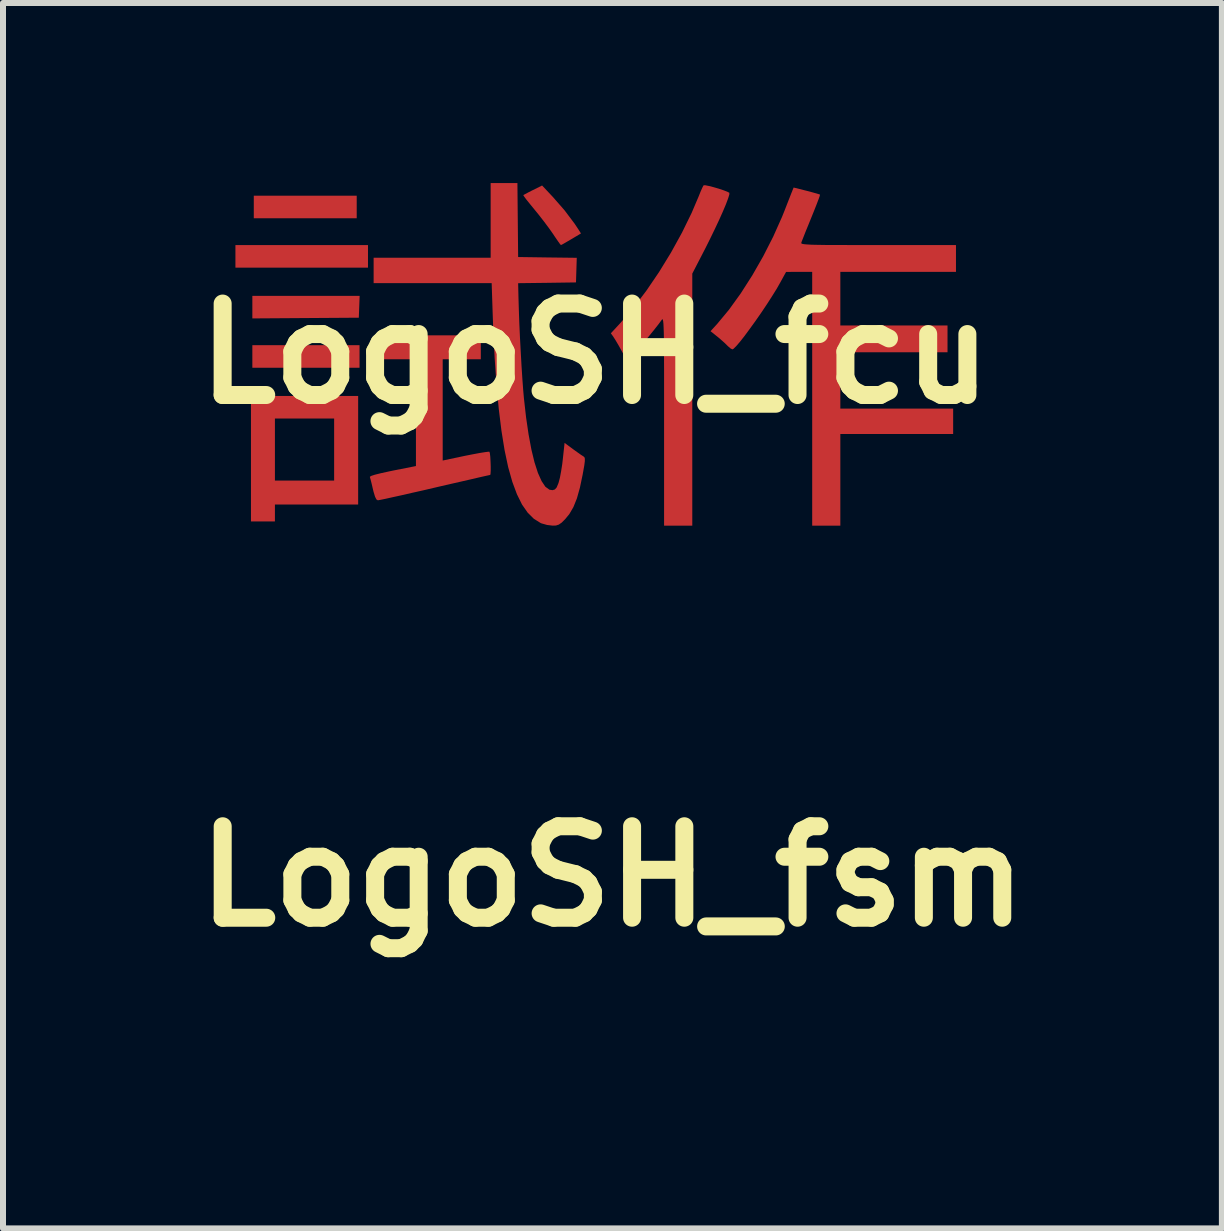
<source format=kicad_pcb>
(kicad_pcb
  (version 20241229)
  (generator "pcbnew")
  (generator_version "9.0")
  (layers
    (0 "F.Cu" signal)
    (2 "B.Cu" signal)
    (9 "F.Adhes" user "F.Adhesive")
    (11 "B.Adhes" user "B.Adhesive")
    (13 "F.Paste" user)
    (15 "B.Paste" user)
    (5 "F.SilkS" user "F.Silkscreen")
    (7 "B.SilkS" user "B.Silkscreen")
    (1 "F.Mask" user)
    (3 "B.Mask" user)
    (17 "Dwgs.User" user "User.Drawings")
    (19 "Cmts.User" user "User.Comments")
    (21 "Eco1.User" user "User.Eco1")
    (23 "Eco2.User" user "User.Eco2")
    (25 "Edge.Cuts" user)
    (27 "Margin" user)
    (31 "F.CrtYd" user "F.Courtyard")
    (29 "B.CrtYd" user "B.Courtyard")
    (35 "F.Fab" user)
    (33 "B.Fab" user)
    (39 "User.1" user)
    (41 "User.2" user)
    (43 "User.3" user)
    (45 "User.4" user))
  (footprint "LogoSH_fsm"
    (layer "F.Cu")
    (at 7.156 11.553)
    (property "Reference" "LogoSH_fsm" (at 0 0 0) (layer "F.SilkS") (effects (font (size 1.524 1.524) (thickness 0.3))))
    (attr board_only exclude_from_pos_files exclude_from_bom)
    (fp_poly (pts (xy -3.971 -2.256) (xy -5.686 -2.256) (xy -5.686 -2.632) (xy -3.971 -2.632)) (stroke (width 0) (type solid)) (fill yes) (layer "F.Mask"))
    (fp_poly (pts (xy -3.924 0.235) (xy -5.71 0.235) (xy -5.71 -0.141) (xy -3.924 -0.141)) (stroke (width 0) (type solid)) (fill yes) (layer "F.Mask"))
    (fp_poly (pts (xy -3.783 -1.433) (xy -5.992 -1.433) (xy -5.992 -1.809) (xy -3.783 -1.809)) (stroke (width 0) (type solid)) (fill yes) (layer "F.Mask"))
    (fp_poly (pts (xy -3.929 -0.781) (xy -3.936 -0.599) (xy -4.823 -0.593) (xy -5.71 -0.587) (xy -5.71 -0.963) (xy -3.922 -0.963)) (stroke (width 0) (type solid)) (fill yes) (layer "F.Mask"))
    (fp_poly (pts (xy -3.947 2.514) (xy -5.334 2.514) (xy -5.334 2.796) (xy -5.733 2.796) (xy -5.733 2.115) (xy -5.334 2.115) (xy -4.347 2.115) (xy -4.347 1.081) (xy -5.334 1.081) (xy -5.334 2.115) (xy -5.733 2.115) (xy -5.733 0.705) (xy -3.947 0.705)) (stroke (width 0) (type solid)) (fill yes) (layer "F.Mask"))
    (fp_poly (pts (xy -0.704 -2.613) (xy -0.508 -2.389) (xy -0.341 -2.167) (xy -0.281 -2.077) (xy -0.234 -2.003) (xy -0.397 -1.906) (xy -0.474 -1.861) (xy -0.533 -1.827) (xy -0.566 -1.81) (xy -0.568 -1.809) (xy -0.584 -1.827) (xy -0.619 -1.876) (xy -0.668 -1.947) (xy -0.697 -1.991) (xy -0.763 -2.085) (xy -0.848 -2.199) (xy -0.94 -2.317) (xy -1.011 -2.404) (xy -1.082 -2.491) (xy -1.141 -2.564) (xy -1.18 -2.616) (xy -1.195 -2.641) (xy -1.195 -2.642) (xy -1.171 -2.655) (xy -1.117 -2.684) (xy -1.043 -2.722) (xy -1.034 -2.726) (xy -0.882 -2.802)) (stroke (width 0) (type solid)) (fill yes) (layer "F.Mask"))
    (fp_poly (pts (xy -1.903 0.094) (xy -2.538 0.094) (xy -2.538 1.781) (xy -2.159 1.701) (xy -2.031 1.676) (xy -1.919 1.655) (xy -1.831 1.641) (xy -1.775 1.634) (xy -1.759 1.635) (xy -1.752 1.66) (xy -1.745 1.718) (xy -1.741 1.794) (xy -1.738 1.876) (xy -1.738 1.95) (xy -1.741 2.002) (xy -1.746 2.021) (xy -1.77 2.026) (xy -1.834 2.04) (xy -1.935 2.063) (xy -2.067 2.094) (xy -2.224 2.13) (xy -2.404 2.171) (xy -2.599 2.216) (xy -2.667 2.232) (xy -2.868 2.279) (xy -3.056 2.321) (xy -3.225 2.36) (xy -3.371 2.392) (xy -3.487 2.418) (xy -3.57 2.435) (xy -3.614 2.443) (xy -3.619 2.444) (xy -3.642 2.43) (xy -3.665 2.385) (xy -3.69 2.303) (xy -3.7 2.262) (xy -3.721 2.172) (xy -3.739 2.1) (xy -3.751 2.058) (xy -3.752 2.054) (xy -3.734 2.039) (xy -3.671 2.018) (xy -3.567 1.992) (xy -3.425 1.961) (xy -3.373 1.95) (xy -2.984 1.873) (xy -2.984 0.094) (xy -3.642 0.094) (xy -3.642 -0.305) (xy -1.903 -0.305)) (stroke (width 0) (type solid)) (fill yes) (layer "F.Mask"))
    (fp_poly (pts (xy 1.897 -2.794) (xy 1.976 -2.774) (xy 2.062 -2.749) (xy 2.143 -2.722) (xy 2.207 -2.697) (xy 2.239 -2.68) (xy 2.238 -2.651) (xy 2.218 -2.586) (xy 2.182 -2.49) (xy 2.131 -2.369) (xy 2.068 -2.228) (xy 1.995 -2.073) (xy 1.915 -1.908) (xy 1.831 -1.74) (xy 1.82 -1.719) (xy 1.621 -1.334) (xy 1.621 2.867) (xy 1.151 2.867) (xy 1.151 1.123) (xy 1.151 0.795) (xy 1.151 0.511) (xy 1.151 0.268) (xy 1.15 0.063) (xy 1.149 -0.107) (xy 1.148 -0.245) (xy 1.146 -0.355) (xy 1.143 -0.438) (xy 1.14 -0.499) (xy 1.136 -0.539) (xy 1.131 -0.563) (xy 1.126 -0.573) (xy 1.12 -0.572) (xy 1.112 -0.564) (xy 1.112 -0.563) (xy 1.058 -0.49) (xy 0.981 -0.392) (xy 0.892 -0.283) (xy 0.8 -0.174) (xy 0.714 -0.075) (xy 0.661 -0.017) (xy 0.533 0.118) (xy 0.44 -0.053) (xy 0.391 -0.141) (xy 0.345 -0.219) (xy 0.31 -0.274) (xy 0.306 -0.281) (xy 0.264 -0.339) (xy 0.428 -0.516) (xy 0.64 -0.764) (xy 0.855 -1.048) (xy 1.066 -1.358) (xy 1.266 -1.684) (xy 1.449 -2.016) (xy 1.61 -2.345) (xy 1.727 -2.62) (xy 1.76 -2.702) (xy 1.789 -2.767) (xy 1.808 -2.803) (xy 1.81 -2.805) (xy 1.837 -2.806)) (stroke (width 0) (type solid)) (fill yes) (layer "F.Mask"))
    (fp_poly (pts (xy -1.281 -1.61) (xy -0.792 -1.603) (xy -0.304 -1.597) (xy -0.317 -1.187) (xy -0.799 -1.18) (xy -1.281 -1.174) (xy -1.275 -0.922) (xy -1.269 -0.722) (xy -1.261 -0.498) (xy -1.25 -0.26) (xy -1.237 -0.02) (xy -1.224 0.213) (xy -1.21 0.428) (xy -1.196 0.615) (xy -1.185 0.74) (xy -1.149 1.06) (xy -1.107 1.346) (xy -1.06 1.598) (xy -1.008 1.812) (xy -0.951 1.988) (xy -0.89 2.124) (xy -0.827 2.218) (xy -0.76 2.267) (xy -0.708 2.275) (xy -0.669 2.263) (xy -0.64 2.231) (xy -0.613 2.168) (xy -0.605 2.144) (xy -0.585 2.068) (xy -0.565 1.961) (xy -0.546 1.84) (xy -0.536 1.754) (xy -0.507 1.487) (xy -0.367 1.591) (xy -0.293 1.644) (xy -0.231 1.688) (xy -0.192 1.713) (xy -0.19 1.714) (xy -0.176 1.727) (xy -0.169 1.752) (xy -0.17 1.795) (xy -0.179 1.865) (xy -0.198 1.971) (xy -0.206 2.016) (xy -0.252 2.235) (xy -0.302 2.413) (xy -0.36 2.557) (xy -0.427 2.672) (xy -0.494 2.754) (xy -0.556 2.816) (xy -0.604 2.849) (xy -0.651 2.864) (xy -0.706 2.866) (xy -0.798 2.855) (xy -0.89 2.829) (xy -0.905 2.823) (xy -1.018 2.753) (xy -1.121 2.651) (xy -1.216 2.515) (xy -1.301 2.343) (xy -1.378 2.136) (xy -1.447 1.891) (xy -1.507 1.608) (xy -1.559 1.285) (xy -1.604 0.92) (xy -1.642 0.514) (xy -1.673 0.064) (xy -1.697 -0.431) (xy -1.706 -0.687) (xy -1.722 -1.175) (xy -3.689 -1.175) (xy -3.689 -1.598) (xy -1.739 -1.598) (xy -1.739 -2.843) (xy -1.293 -2.843)) (stroke (width 0) (type solid)) (fill yes) (layer "F.Mask"))
    (fp_poly (pts (xy 3.525 -2.714) (xy 3.619 -2.689) (xy 3.694 -2.668) (xy 3.74 -2.654) (xy 3.749 -2.65) (xy 3.744 -2.626) (xy 3.723 -2.567) (xy 3.689 -2.478) (xy 3.645 -2.367) (xy 3.604 -2.266) (xy 3.553 -2.14) (xy 3.507 -2.028) (xy 3.471 -1.936) (xy 3.446 -1.873) (xy 3.438 -1.85) (xy 3.437 -1.841) (xy 3.443 -1.834) (xy 3.46 -1.828) (xy 3.492 -1.823) (xy 3.541 -1.819) (xy 3.611 -1.815) (xy 3.706 -1.813) (xy 3.83 -1.811) (xy 3.986 -1.81) (xy 4.178 -1.81) (xy 4.409 -1.809) (xy 4.684 -1.809) (xy 4.72 -1.809) (xy 6.015 -1.809) (xy 6.015 -1.363) (xy 4.088 -1.363) (xy 4.088 -0.47) (xy 5.874 -0.47) (xy 5.874 -0.023) (xy 4.088 -0.023) (xy 4.088 0.916) (xy 5.968 0.916) (xy 5.968 1.339) (xy 4.088 1.339) (xy 4.088 2.867) (xy 3.619 2.867) (xy 3.619 -1.363) (xy 3.184 -1.362) (xy 3.094 -1.198) (xy 3.03 -1.085) (xy 2.951 -0.958) (xy 2.863 -0.821) (xy 2.769 -0.681) (xy 2.673 -0.543) (xy 2.579 -0.413) (xy 2.492 -0.295) (xy 2.415 -0.197) (xy 2.352 -0.124) (xy 2.307 -0.08) (xy 2.289 -0.071) (xy 2.258 -0.087) (xy 2.214 -0.125) (xy 2.207 -0.132) (xy 2.156 -0.182) (xy 2.087 -0.243) (xy 2.038 -0.284) (xy 1.925 -0.374) (xy 2.038 -0.498) (xy 2.233 -0.733) (xy 2.429 -1.005) (xy 2.621 -1.305) (xy 2.803 -1.623) (xy 2.97 -1.951) (xy 3.116 -2.278) (xy 3.159 -2.385) (xy 3.202 -2.496) (xy 3.241 -2.595) (xy 3.271 -2.672) (xy 3.289 -2.716) (xy 3.289 -2.718) (xy 3.31 -2.768)) (stroke (width 0) (type solid)) (fill yes) (layer "F.Mask")))
  (footprint "LogoSH_fcu"
    (layer "F.Cu")
    (at 6.865 2.843)
    (property "Reference" "LogoSH_fcu" (at 0 0 0) (layer "F.SilkS") (effects (font (size 1.524 1.524) (thickness 0.3))))
    (attr board_only exclude_from_pos_files exclude_from_bom)
    (fp_poly (pts (xy -3.971 -2.256) (xy -5.686 -2.256) (xy -5.686 -2.632) (xy -3.971 -2.632)) (stroke (width 0) (type solid)) (fill yes) (layer "F.Cu"))
    (fp_poly (pts (xy -3.924 0.235) (xy -5.71 0.235) (xy -5.71 -0.141) (xy -3.924 -0.141)) (stroke (width 0) (type solid)) (fill yes) (layer "F.Cu"))
    (fp_poly (pts (xy -3.783 -1.433) (xy -5.992 -1.433) (xy -5.992 -1.809) (xy -3.783 -1.809)) (stroke (width 0) (type solid)) (fill yes) (layer "F.Cu"))
    (fp_poly (pts (xy -3.929 -0.781) (xy -3.936 -0.599) (xy -4.823 -0.593) (xy -5.71 -0.587) (xy -5.71 -0.963) (xy -3.922 -0.963)) (stroke (width 0) (type solid)) (fill yes) (layer "F.Cu"))
    (fp_poly (pts (xy -3.947 2.514) (xy -5.334 2.514) (xy -5.334 2.796) (xy -5.733 2.796) (xy -5.733 2.115) (xy -5.334 2.115) (xy -4.347 2.115) (xy -4.347 1.081) (xy -5.334 1.081) (xy -5.334 2.115) (xy -5.733 2.115) (xy -5.733 0.705) (xy -3.947 0.705)) (stroke (width 0) (type solid)) (fill yes) (layer "F.Cu"))
    (fp_poly (pts (xy -0.704 -2.613) (xy -0.508 -2.389) (xy -0.341 -2.167) (xy -0.281 -2.077) (xy -0.234 -2.003) (xy -0.397 -1.906) (xy -0.474 -1.861) (xy -0.533 -1.827) (xy -0.566 -1.81) (xy -0.568 -1.809) (xy -0.584 -1.827) (xy -0.619 -1.876) (xy -0.668 -1.947) (xy -0.697 -1.991) (xy -0.763 -2.085) (xy -0.848 -2.199) (xy -0.94 -2.317) (xy -1.011 -2.404) (xy -1.082 -2.491) (xy -1.141 -2.564) (xy -1.18 -2.616) (xy -1.195 -2.641) (xy -1.195 -2.642) (xy -1.171 -2.655) (xy -1.117 -2.684) (xy -1.043 -2.722) (xy -1.034 -2.726) (xy -0.882 -2.802)) (stroke (width 0) (type solid)) (fill yes) (layer "F.Cu"))
    (fp_poly (pts (xy -1.903 0.094) (xy -2.538 0.094) (xy -2.538 1.781) (xy -2.159 1.701) (xy -2.031 1.676) (xy -1.919 1.655) (xy -1.831 1.641) (xy -1.775 1.634) (xy -1.759 1.635) (xy -1.752 1.66) (xy -1.745 1.718) (xy -1.741 1.794) (xy -1.738 1.876) (xy -1.738 1.95) (xy -1.741 2.002) (xy -1.746 2.021) (xy -1.77 2.026) (xy -1.834 2.04) (xy -1.935 2.063) (xy -2.067 2.094) (xy -2.224 2.13) (xy -2.404 2.171) (xy -2.599 2.216) (xy -2.667 2.232) (xy -2.868 2.279) (xy -3.056 2.321) (xy -3.225 2.36) (xy -3.371 2.392) (xy -3.487 2.418) (xy -3.57 2.435) (xy -3.614 2.443) (xy -3.619 2.444) (xy -3.642 2.43) (xy -3.665 2.385) (xy -3.69 2.303) (xy -3.7 2.262) (xy -3.721 2.172) (xy -3.739 2.1) (xy -3.751 2.058) (xy -3.752 2.054) (xy -3.734 2.039) (xy -3.671 2.018) (xy -3.567 1.992) (xy -3.425 1.961) (xy -3.373 1.95) (xy -2.984 1.873) (xy -2.984 0.094) (xy -3.642 0.094) (xy -3.642 -0.305) (xy -1.903 -0.305)) (stroke (width 0) (type solid)) (fill yes) (layer "F.Cu"))
    (fp_poly (pts (xy 1.897 -2.794) (xy 1.976 -2.774) (xy 2.062 -2.749) (xy 2.143 -2.722) (xy 2.207 -2.697) (xy 2.239 -2.68) (xy 2.238 -2.651) (xy 2.218 -2.586) (xy 2.182 -2.49) (xy 2.131 -2.369) (xy 2.068 -2.228) (xy 1.995 -2.073) (xy 1.915 -1.908) (xy 1.831 -1.74) (xy 1.82 -1.719) (xy 1.621 -1.334) (xy 1.621 2.867) (xy 1.151 2.867) (xy 1.151 1.123) (xy 1.151 0.795) (xy 1.151 0.511) (xy 1.151 0.268) (xy 1.15 0.063) (xy 1.149 -0.107) (xy 1.148 -0.245) (xy 1.146 -0.355) (xy 1.143 -0.438) (xy 1.14 -0.499) (xy 1.136 -0.539) (xy 1.131 -0.563) (xy 1.126 -0.573) (xy 1.12 -0.572) (xy 1.112 -0.564) (xy 1.112 -0.563) (xy 1.058 -0.49) (xy 0.981 -0.392) (xy 0.892 -0.283) (xy 0.8 -0.174) (xy 0.714 -0.075) (xy 0.661 -0.017) (xy 0.533 0.118) (xy 0.44 -0.053) (xy 0.391 -0.141) (xy 0.345 -0.219) (xy 0.31 -0.274) (xy 0.306 -0.281) (xy 0.264 -0.339) (xy 0.428 -0.516) (xy 0.64 -0.764) (xy 0.855 -1.048) (xy 1.066 -1.358) (xy 1.266 -1.684) (xy 1.449 -2.016) (xy 1.61 -2.345) (xy 1.727 -2.62) (xy 1.76 -2.702) (xy 1.789 -2.767) (xy 1.808 -2.803) (xy 1.81 -2.805) (xy 1.837 -2.806)) (stroke (width 0) (type solid)) (fill yes) (layer "F.Cu"))
    (fp_poly (pts (xy -1.281 -1.61) (xy -0.792 -1.603) (xy -0.304 -1.597) (xy -0.317 -1.187) (xy -0.799 -1.18) (xy -1.281 -1.174) (xy -1.275 -0.922) (xy -1.269 -0.722) (xy -1.261 -0.498) (xy -1.25 -0.26) (xy -1.237 -0.02) (xy -1.224 0.213) (xy -1.21 0.428) (xy -1.196 0.615) (xy -1.185 0.74) (xy -1.149 1.06) (xy -1.107 1.346) (xy -1.06 1.598) (xy -1.008 1.812) (xy -0.951 1.988) (xy -0.89 2.124) (xy -0.827 2.218) (xy -0.76 2.267) (xy -0.708 2.275) (xy -0.669 2.263) (xy -0.64 2.231) (xy -0.613 2.168) (xy -0.605 2.144) (xy -0.585 2.068) (xy -0.565 1.961) (xy -0.546 1.84) (xy -0.536 1.754) (xy -0.507 1.487) (xy -0.367 1.591) (xy -0.293 1.644) (xy -0.231 1.688) (xy -0.192 1.713) (xy -0.19 1.714) (xy -0.176 1.727) (xy -0.169 1.752) (xy -0.17 1.795) (xy -0.179 1.865) (xy -0.198 1.971) (xy -0.206 2.016) (xy -0.252 2.235) (xy -0.302 2.413) (xy -0.36 2.557) (xy -0.427 2.672) (xy -0.494 2.754) (xy -0.556 2.816) (xy -0.604 2.849) (xy -0.651 2.864) (xy -0.706 2.866) (xy -0.798 2.855) (xy -0.89 2.829) (xy -0.905 2.823) (xy -1.018 2.753) (xy -1.121 2.651) (xy -1.216 2.515) (xy -1.301 2.343) (xy -1.378 2.136) (xy -1.447 1.891) (xy -1.507 1.608) (xy -1.559 1.285) (xy -1.604 0.92) (xy -1.642 0.514) (xy -1.673 0.064) (xy -1.697 -0.431) (xy -1.706 -0.687) (xy -1.722 -1.175) (xy -3.689 -1.175) (xy -3.689 -1.598) (xy -1.739 -1.598) (xy -1.739 -2.843) (xy -1.293 -2.843)) (stroke (width 0) (type solid)) (fill yes) (layer "F.Cu"))
    (fp_poly (pts (xy 3.525 -2.714) (xy 3.619 -2.689) (xy 3.694 -2.668) (xy 3.74 -2.654) (xy 3.749 -2.65) (xy 3.744 -2.626) (xy 3.723 -2.567) (xy 3.689 -2.478) (xy 3.645 -2.367) (xy 3.604 -2.266) (xy 3.553 -2.14) (xy 3.507 -2.028) (xy 3.471 -1.936) (xy 3.446 -1.873) (xy 3.438 -1.85) (xy 3.437 -1.841) (xy 3.443 -1.834) (xy 3.46 -1.828) (xy 3.492 -1.823) (xy 3.541 -1.819) (xy 3.611 -1.815) (xy 3.706 -1.813) (xy 3.83 -1.811) (xy 3.986 -1.81) (xy 4.178 -1.81) (xy 4.409 -1.809) (xy 4.684 -1.809) (xy 4.72 -1.809) (xy 6.015 -1.809) (xy 6.015 -1.363) (xy 4.088 -1.363) (xy 4.088 -0.47) (xy 5.874 -0.47) (xy 5.874 -0.023) (xy 4.088 -0.023) (xy 4.088 0.916) (xy 5.968 0.916) (xy 5.968 1.339) (xy 4.088 1.339) (xy 4.088 2.867) (xy 3.619 2.867) (xy 3.619 -1.363) (xy 3.184 -1.362) (xy 3.094 -1.198) (xy 3.03 -1.085) (xy 2.951 -0.958) (xy 2.863 -0.821) (xy 2.769 -0.681) (xy 2.673 -0.543) (xy 2.579 -0.413) (xy 2.492 -0.295) (xy 2.415 -0.197) (xy 2.352 -0.124) (xy 2.307 -0.08) (xy 2.289 -0.071) (xy 2.258 -0.087) (xy 2.214 -0.125) (xy 2.207 -0.132) (xy 2.156 -0.182) (xy 2.087 -0.243) (xy 2.038 -0.284) (xy 1.925 -0.374) (xy 2.038 -0.498) (xy 2.233 -0.733) (xy 2.429 -1.005) (xy 2.621 -1.305) (xy 2.803 -1.623) (xy 2.97 -1.951) (xy 3.116 -2.278) (xy 3.159 -2.385) (xy 3.202 -2.496) (xy 3.241 -2.595) (xy 3.271 -2.672) (xy 3.289 -2.716) (xy 3.289 -2.718) (xy 3.31 -2.768)) (stroke (width 0) (type solid)) (fill yes) (layer "F.Cu")))
  (gr_rect
    (start -3 -3)
    (end 17.311 17.419)
    (stroke (width 0.1) (type default))
    (fill no)
    (layer "Edge.Cuts")))
</source>
